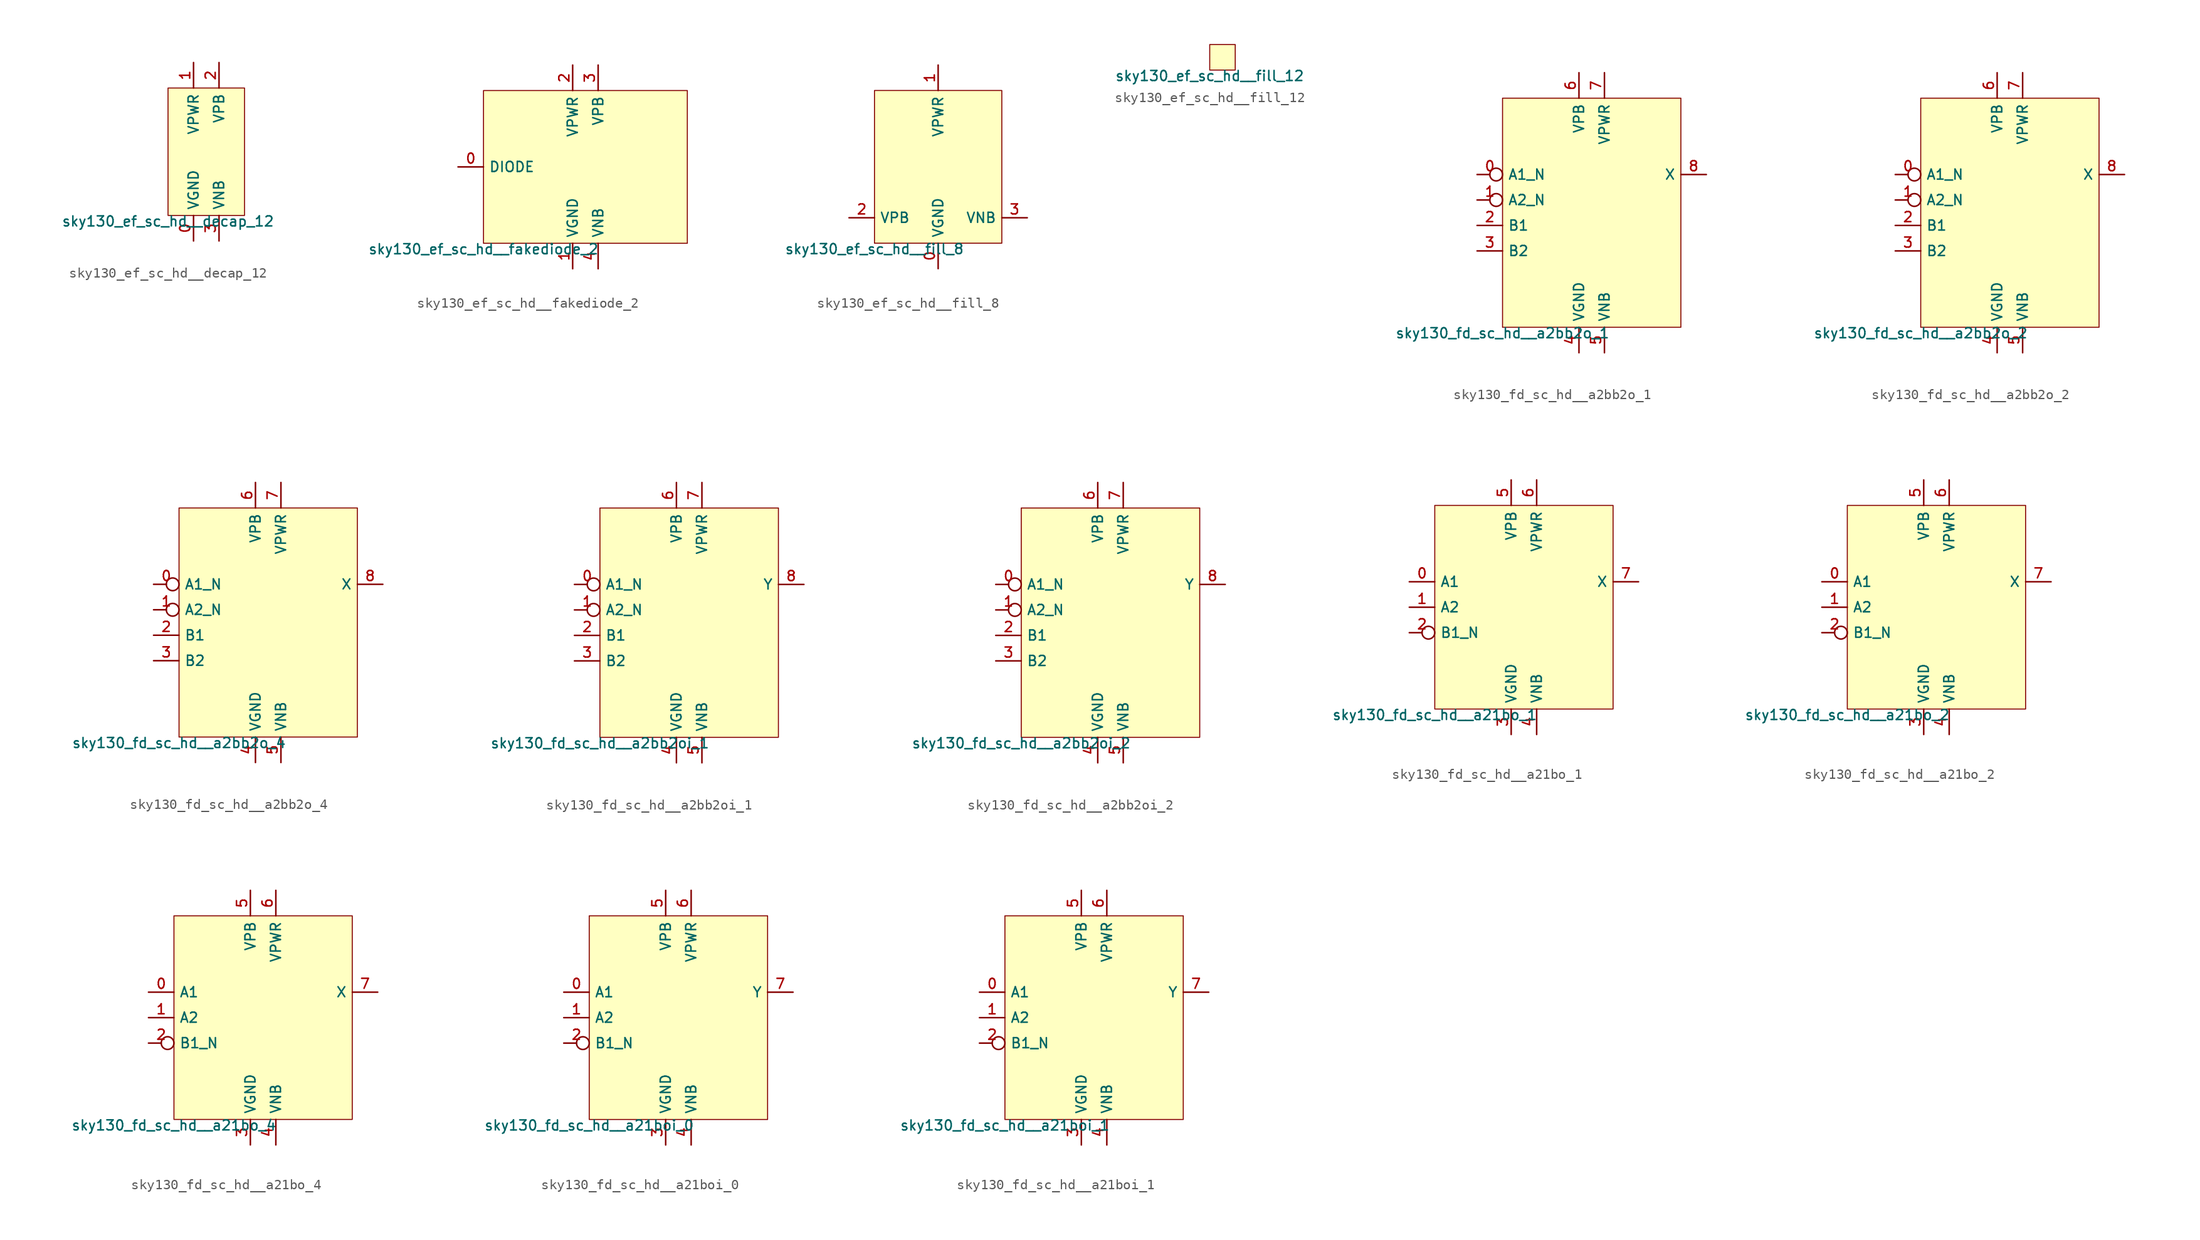
<source format=kicad_sym>
(kicad_symbol_lib
  (version 20211014)
  (generator lef2kicad_sym)
  (symbol "sky130_ef_sc_hd__decap_12"
    (property "Reference" "X"
      (at 0 0 0)
      (effects (font (size 1 1)) hide))
    (property "Value" "sky130_ef_sc_hd__decap_12"
      (at -3.81 -6.35 0)
      (effects (font (size 1 1)) (justify top)))
    (rectangle
      (start -3.81 -6.35)
      (end 3.81 6.35)
      (stroke (width 0.1) (type solid) (color 0 0 0 0))
      (fill (type background)))
    (pin power_in line
      (at -1.27 -8.89 90)
      (length 2.54)
      (name "VGND" (effects (font (size 1 1)) hide))
      (number "0" (effects (font (size 1 1)) hide)))
    (pin power_in line
      (at -1.27 8.89 270)
      (length 2.54)
      (name "VPWR" (effects (font (size 1 1)) hide))
      (number "1" (effects (font (size 1 1)) hide)))
    (pin power_in line
      (at 1.27 8.89 270)
      (length 2.54)
      (name "VPB" (effects (font (size 1 1)) hide))
      (number "2" (effects (font (size 1 1)) hide)))
    (pin power_in line
      (at 1.27 -8.89 90)
      (length 2.54)
      (name "VNB" (effects (font (size 1 1)) hide))
      (number "3" (effects (font (size 1 1)) hide))))
  (symbol "sky130_ef_sc_hd__fakediode_2"
    (property "Reference" "X"
      (at 0 0 0)
      (effects (font (size 1 1)) hide))
    (property "Value" "sky130_ef_sc_hd__fakediode_2"
      (at -10.16 -7.62 0)
      (effects (font (size 1 1)) (justify top)))
    (rectangle
      (start -10.16 -7.62)
      (end 10.16 7.62)
      (stroke (width 0.1) (type solid) (color 0 0 0 0))
      (fill (type background)))
    (pin input line
      (at -12.7 0.0 0)
      (length 2.54)
      (name "DIODE" (effects (font (size 1 1)) hide))
      (number "0" (effects (font (size 1 1)) hide)))
    (pin power_in line
      (at -1.27 -10.16 90)
      (length 2.54)
      (name "VGND" (effects (font (size 1 1)) hide))
      (number "1" (effects (font (size 1 1)) hide)))
    (pin power_in line
      (at -1.27 10.16 270)
      (length 2.54)
      (name "VPWR" (effects (font (size 1 1)) hide))
      (number "2" (effects (font (size 1 1)) hide)))
    (pin power_in line
      (at 1.27 10.16 270)
      (length 2.54)
      (name "VPB" (effects (font (size 1 1)) hide))
      (number "3" (effects (font (size 1 1)) hide)))
    (pin power_in line
      (at 1.27 -10.16 90)
      (length 2.54)
      (name "VNB" (effects (font (size 1 1)) hide))
      (number "4" (effects (font (size 1 1)) hide))))
  (symbol "sky130_ef_sc_hd__fill_8"
    (property "Reference" "X"
      (at 0 0 0)
      (effects (font (size 1 1)) hide))
    (property "Value" "sky130_ef_sc_hd__fill_8"
      (at -6.35 -7.62 0)
      (effects (font (size 1 1)) (justify top)))
    (rectangle
      (start -6.35 -7.62)
      (end 6.35 7.62)
      (stroke (width 0.1) (type solid) (color 0 0 0 0))
      (fill (type background)))
    (pin power_in line
      (at 4.440892098500626e-16 -10.16 90)
      (length 2.54)
      (name "VGND" (effects (font (size 1 1)) hide))
      (number "0" (effects (font (size 1 1)) hide)))
    (pin power_in line
      (at 4.440892098500626e-16 10.16 270)
      (length 2.54)
      (name "VPWR" (effects (font (size 1 1)) hide))
      (number "1" (effects (font (size 1 1)) hide)))
    (pin bidirectional line
      (at -8.89 -5.08 0)
      (length 2.54)
      (name "VPB" (effects (font (size 1 1)) hide))
      (number "2" (effects (font (size 1 1)) hide)))
    (pin bidirectional line
      (at 8.89 -5.08 180)
      (length 2.54)
      (name "VNB" (effects (font (size 1 1)) hide))
      (number "3" (effects (font (size 1 1)) hide))))
  (symbol "sky130_ef_sc_hd__fill_12"
    (property "Reference" "X"
      (at 0 0 0)
      (effects (font (size 1 1)) hide))
    (property "Value" "sky130_ef_sc_hd__fill_12"
      (at -1.27 -1.27 0)
      (effects (font (size 1 1)) (justify top)))
    (rectangle
      (start -1.27 -1.27)
      (end 1.27 1.27)
      (stroke (width 0.1) (type solid) (color 0 0 0 0))
      (fill (type background))))
  (symbol "sky130_fd_sc_hd__a2bb2o_1"
    (property "Reference" "X"
      (at 0 0 0)
      (effects (font (size 1 1)) hide))
    (property "Value" "sky130_fd_sc_hd__a2bb2o_1"
      (at -8.89 -11.43 0)
      (effects (font (size 1 1)) (justify top)))
    (rectangle
      (start -8.89 -11.43)
      (end 8.89 11.43)
      (stroke (width 0.1) (type solid) (color 0 0 0 0))
      (fill (type background)))
    (pin input inverted
      (at -11.43 3.81 0)
      (length 2.54)
      (name "A1_N" (effects (font (size 1 1)) hide))
      (number "0" (effects (font (size 1 1)) hide)))
    (pin input inverted
      (at -11.43 1.27 0)
      (length 2.54)
      (name "A2_N" (effects (font (size 1 1)) hide))
      (number "1" (effects (font (size 1 1)) hide)))
    (pin input line
      (at -11.43 -1.27 0)
      (length 2.54)
      (name "B1" (effects (font (size 1 1)) hide))
      (number "2" (effects (font (size 1 1)) hide)))
    (pin input line
      (at -11.43 -3.81 0)
      (length 2.54)
      (name "B2" (effects (font (size 1 1)) hide))
      (number "3" (effects (font (size 1 1)) hide)))
    (pin power_in line
      (at -1.27 -13.97 90)
      (length 2.54)
      (name "VGND" (effects (font (size 1 1)) hide))
      (number "4" (effects (font (size 1 1)) hide)))
    (pin power_in line
      (at 1.27 -13.97 90)
      (length 2.54)
      (name "VNB" (effects (font (size 1 1)) hide))
      (number "5" (effects (font (size 1 1)) hide)))
    (pin power_in line
      (at -1.27 13.97 270)
      (length 2.54)
      (name "VPB" (effects (font (size 1 1)) hide))
      (number "6" (effects (font (size 1 1)) hide)))
    (pin power_in line
      (at 1.27 13.97 270)
      (length 2.54)
      (name "VPWR" (effects (font (size 1 1)) hide))
      (number "7" (effects (font (size 1 1)) hide)))
    (pin output line
      (at 11.43 3.81 180)
      (length 2.54)
      (name "X" (effects (font (size 1 1)) hide))
      (number "8" (effects (font (size 1 1)) hide))))
  (symbol "sky130_fd_sc_hd__a2bb2o_2"
    (property "Reference" "X"
      (at 0 0 0)
      (effects (font (size 1 1)) hide))
    (property "Value" "sky130_fd_sc_hd__a2bb2o_2"
      (at -8.89 -11.43 0)
      (effects (font (size 1 1)) (justify top)))
    (rectangle
      (start -8.89 -11.43)
      (end 8.89 11.43)
      (stroke (width 0.1) (type solid) (color 0 0 0 0))
      (fill (type background)))
    (pin input inverted
      (at -11.43 3.81 0)
      (length 2.54)
      (name "A1_N" (effects (font (size 1 1)) hide))
      (number "0" (effects (font (size 1 1)) hide)))
    (pin input inverted
      (at -11.43 1.27 0)
      (length 2.54)
      (name "A2_N" (effects (font (size 1 1)) hide))
      (number "1" (effects (font (size 1 1)) hide)))
    (pin input line
      (at -11.43 -1.27 0)
      (length 2.54)
      (name "B1" (effects (font (size 1 1)) hide))
      (number "2" (effects (font (size 1 1)) hide)))
    (pin input line
      (at -11.43 -3.81 0)
      (length 2.54)
      (name "B2" (effects (font (size 1 1)) hide))
      (number "3" (effects (font (size 1 1)) hide)))
    (pin power_in line
      (at -1.27 -13.97 90)
      (length 2.54)
      (name "VGND" (effects (font (size 1 1)) hide))
      (number "4" (effects (font (size 1 1)) hide)))
    (pin power_in line
      (at 1.27 -13.97 90)
      (length 2.54)
      (name "VNB" (effects (font (size 1 1)) hide))
      (number "5" (effects (font (size 1 1)) hide)))
    (pin power_in line
      (at -1.27 13.97 270)
      (length 2.54)
      (name "VPB" (effects (font (size 1 1)) hide))
      (number "6" (effects (font (size 1 1)) hide)))
    (pin power_in line
      (at 1.27 13.97 270)
      (length 2.54)
      (name "VPWR" (effects (font (size 1 1)) hide))
      (number "7" (effects (font (size 1 1)) hide)))
    (pin output line
      (at 11.43 3.81 180)
      (length 2.54)
      (name "X" (effects (font (size 1 1)) hide))
      (number "8" (effects (font (size 1 1)) hide))))
  (symbol "sky130_fd_sc_hd__a2bb2o_4"
    (property "Reference" "X"
      (at 0 0 0)
      (effects (font (size 1 1)) hide))
    (property "Value" "sky130_fd_sc_hd__a2bb2o_4"
      (at -8.89 -11.43 0)
      (effects (font (size 1 1)) (justify top)))
    (rectangle
      (start -8.89 -11.43)
      (end 8.89 11.43)
      (stroke (width 0.1) (type solid) (color 0 0 0 0))
      (fill (type background)))
    (pin input inverted
      (at -11.43 3.81 0)
      (length 2.54)
      (name "A1_N" (effects (font (size 1 1)) hide))
      (number "0" (effects (font (size 1 1)) hide)))
    (pin input inverted
      (at -11.43 1.27 0)
      (length 2.54)
      (name "A2_N" (effects (font (size 1 1)) hide))
      (number "1" (effects (font (size 1 1)) hide)))
    (pin input line
      (at -11.43 -1.27 0)
      (length 2.54)
      (name "B1" (effects (font (size 1 1)) hide))
      (number "2" (effects (font (size 1 1)) hide)))
    (pin input line
      (at -11.43 -3.81 0)
      (length 2.54)
      (name "B2" (effects (font (size 1 1)) hide))
      (number "3" (effects (font (size 1 1)) hide)))
    (pin power_in line
      (at -1.27 -13.97 90)
      (length 2.54)
      (name "VGND" (effects (font (size 1 1)) hide))
      (number "4" (effects (font (size 1 1)) hide)))
    (pin power_in line
      (at 1.27 -13.97 90)
      (length 2.54)
      (name "VNB" (effects (font (size 1 1)) hide))
      (number "5" (effects (font (size 1 1)) hide)))
    (pin power_in line
      (at -1.27 13.97 270)
      (length 2.54)
      (name "VPB" (effects (font (size 1 1)) hide))
      (number "6" (effects (font (size 1 1)) hide)))
    (pin power_in line
      (at 1.27 13.97 270)
      (length 2.54)
      (name "VPWR" (effects (font (size 1 1)) hide))
      (number "7" (effects (font (size 1 1)) hide)))
    (pin output line
      (at 11.43 3.81 180)
      (length 2.54)
      (name "X" (effects (font (size 1 1)) hide))
      (number "8" (effects (font (size 1 1)) hide))))
  (symbol "sky130_fd_sc_hd__a2bb2oi_1"
    (property "Reference" "X"
      (at 0 0 0)
      (effects (font (size 1 1)) hide))
    (property "Value" "sky130_fd_sc_hd__a2bb2oi_1"
      (at -8.89 -11.43 0)
      (effects (font (size 1 1)) (justify top)))
    (rectangle
      (start -8.89 -11.43)
      (end 8.89 11.43)
      (stroke (width 0.1) (type solid) (color 0 0 0 0))
      (fill (type background)))
    (pin input inverted
      (at -11.43 3.81 0)
      (length 2.54)
      (name "A1_N" (effects (font (size 1 1)) hide))
      (number "0" (effects (font (size 1 1)) hide)))
    (pin input inverted
      (at -11.43 1.27 0)
      (length 2.54)
      (name "A2_N" (effects (font (size 1 1)) hide))
      (number "1" (effects (font (size 1 1)) hide)))
    (pin input line
      (at -11.43 -1.27 0)
      (length 2.54)
      (name "B1" (effects (font (size 1 1)) hide))
      (number "2" (effects (font (size 1 1)) hide)))
    (pin input line
      (at -11.43 -3.81 0)
      (length 2.54)
      (name "B2" (effects (font (size 1 1)) hide))
      (number "3" (effects (font (size 1 1)) hide)))
    (pin power_in line
      (at -1.27 -13.97 90)
      (length 2.54)
      (name "VGND" (effects (font (size 1 1)) hide))
      (number "4" (effects (font (size 1 1)) hide)))
    (pin power_in line
      (at 1.27 -13.97 90)
      (length 2.54)
      (name "VNB" (effects (font (size 1 1)) hide))
      (number "5" (effects (font (size 1 1)) hide)))
    (pin power_in line
      (at -1.27 13.97 270)
      (length 2.54)
      (name "VPB" (effects (font (size 1 1)) hide))
      (number "6" (effects (font (size 1 1)) hide)))
    (pin power_in line
      (at 1.27 13.97 270)
      (length 2.54)
      (name "VPWR" (effects (font (size 1 1)) hide))
      (number "7" (effects (font (size 1 1)) hide)))
    (pin output line
      (at 11.43 3.81 180)
      (length 2.54)
      (name "Y" (effects (font (size 1 1)) hide))
      (number "8" (effects (font (size 1 1)) hide))))
  (symbol "sky130_fd_sc_hd__a2bb2oi_2"
    (property "Reference" "X"
      (at 0 0 0)
      (effects (font (size 1 1)) hide))
    (property "Value" "sky130_fd_sc_hd__a2bb2oi_2"
      (at -8.89 -11.43 0)
      (effects (font (size 1 1)) (justify top)))
    (rectangle
      (start -8.89 -11.43)
      (end 8.89 11.43)
      (stroke (width 0.1) (type solid) (color 0 0 0 0))
      (fill (type background)))
    (pin input inverted
      (at -11.43 3.81 0)
      (length 2.54)
      (name "A1_N" (effects (font (size 1 1)) hide))
      (number "0" (effects (font (size 1 1)) hide)))
    (pin input inverted
      (at -11.43 1.27 0)
      (length 2.54)
      (name "A2_N" (effects (font (size 1 1)) hide))
      (number "1" (effects (font (size 1 1)) hide)))
    (pin input line
      (at -11.43 -1.27 0)
      (length 2.54)
      (name "B1" (effects (font (size 1 1)) hide))
      (number "2" (effects (font (size 1 1)) hide)))
    (pin input line
      (at -11.43 -3.81 0)
      (length 2.54)
      (name "B2" (effects (font (size 1 1)) hide))
      (number "3" (effects (font (size 1 1)) hide)))
    (pin power_in line
      (at -1.27 -13.97 90)
      (length 2.54)
      (name "VGND" (effects (font (size 1 1)) hide))
      (number "4" (effects (font (size 1 1)) hide)))
    (pin power_in line
      (at 1.27 -13.97 90)
      (length 2.54)
      (name "VNB" (effects (font (size 1 1)) hide))
      (number "5" (effects (font (size 1 1)) hide)))
    (pin power_in line
      (at -1.27 13.97 270)
      (length 2.54)
      (name "VPB" (effects (font (size 1 1)) hide))
      (number "6" (effects (font (size 1 1)) hide)))
    (pin power_in line
      (at 1.27 13.97 270)
      (length 2.54)
      (name "VPWR" (effects (font (size 1 1)) hide))
      (number "7" (effects (font (size 1 1)) hide)))
    (pin output line
      (at 11.43 3.81 180)
      (length 2.54)
      (name "Y" (effects (font (size 1 1)) hide))
      (number "8" (effects (font (size 1 1)) hide))))
  (symbol "sky130_fd_sc_hd__a21bo_1"
    (property "Reference" "X"
      (at 0 0 0)
      (effects (font (size 1 1)) hide))
    (property "Value" "sky130_fd_sc_hd__a21bo_1"
      (at -8.89 -10.16 0)
      (effects (font (size 1 1)) (justify top)))
    (rectangle
      (start -8.89 -10.16)
      (end 8.89 10.16)
      (stroke (width 0.1) (type solid) (color 0 0 0 0))
      (fill (type background)))
    (pin input line
      (at -11.43 2.54 0)
      (length 2.54)
      (name "A1" (effects (font (size 1 1)) hide))
      (number "0" (effects (font (size 1 1)) hide)))
    (pin input line
      (at -11.43 0.0 0)
      (length 2.54)
      (name "A2" (effects (font (size 1 1)) hide))
      (number "1" (effects (font (size 1 1)) hide)))
    (pin input inverted
      (at -11.43 -2.54 0)
      (length 2.54)
      (name "B1_N" (effects (font (size 1 1)) hide))
      (number "2" (effects (font (size 1 1)) hide)))
    (pin power_in line
      (at -1.27 -12.7 90)
      (length 2.54)
      (name "VGND" (effects (font (size 1 1)) hide))
      (number "3" (effects (font (size 1 1)) hide)))
    (pin power_in line
      (at 1.27 -12.7 90)
      (length 2.54)
      (name "VNB" (effects (font (size 1 1)) hide))
      (number "4" (effects (font (size 1 1)) hide)))
    (pin power_in line
      (at -1.27 12.7 270)
      (length 2.54)
      (name "VPB" (effects (font (size 1 1)) hide))
      (number "5" (effects (font (size 1 1)) hide)))
    (pin power_in line
      (at 1.27 12.7 270)
      (length 2.54)
      (name "VPWR" (effects (font (size 1 1)) hide))
      (number "6" (effects (font (size 1 1)) hide)))
    (pin output line
      (at 11.43 2.54 180)
      (length 2.54)
      (name "X" (effects (font (size 1 1)) hide))
      (number "7" (effects (font (size 1 1)) hide))))
  (symbol "sky130_fd_sc_hd__a21bo_2"
    (property "Reference" "X"
      (at 0 0 0)
      (effects (font (size 1 1)) hide))
    (property "Value" "sky130_fd_sc_hd__a21bo_2"
      (at -8.89 -10.16 0)
      (effects (font (size 1 1)) (justify top)))
    (rectangle
      (start -8.89 -10.16)
      (end 8.89 10.16)
      (stroke (width 0.1) (type solid) (color 0 0 0 0))
      (fill (type background)))
    (pin input line
      (at -11.43 2.54 0)
      (length 2.54)
      (name "A1" (effects (font (size 1 1)) hide))
      (number "0" (effects (font (size 1 1)) hide)))
    (pin input line
      (at -11.43 0.0 0)
      (length 2.54)
      (name "A2" (effects (font (size 1 1)) hide))
      (number "1" (effects (font (size 1 1)) hide)))
    (pin input inverted
      (at -11.43 -2.54 0)
      (length 2.54)
      (name "B1_N" (effects (font (size 1 1)) hide))
      (number "2" (effects (font (size 1 1)) hide)))
    (pin power_in line
      (at -1.27 -12.7 90)
      (length 2.54)
      (name "VGND" (effects (font (size 1 1)) hide))
      (number "3" (effects (font (size 1 1)) hide)))
    (pin power_in line
      (at 1.27 -12.7 90)
      (length 2.54)
      (name "VNB" (effects (font (size 1 1)) hide))
      (number "4" (effects (font (size 1 1)) hide)))
    (pin power_in line
      (at -1.27 12.7 270)
      (length 2.54)
      (name "VPB" (effects (font (size 1 1)) hide))
      (number "5" (effects (font (size 1 1)) hide)))
    (pin power_in line
      (at 1.27 12.7 270)
      (length 2.54)
      (name "VPWR" (effects (font (size 1 1)) hide))
      (number "6" (effects (font (size 1 1)) hide)))
    (pin output line
      (at 11.43 2.54 180)
      (length 2.54)
      (name "X" (effects (font (size 1 1)) hide))
      (number "7" (effects (font (size 1 1)) hide))))
  (symbol "sky130_fd_sc_hd__a21bo_4"
    (property "Reference" "X"
      (at 0 0 0)
      (effects (font (size 1 1)) hide))
    (property "Value" "sky130_fd_sc_hd__a21bo_4"
      (at -8.89 -10.16 0)
      (effects (font (size 1 1)) (justify top)))
    (rectangle
      (start -8.89 -10.16)
      (end 8.89 10.16)
      (stroke (width 0.1) (type solid) (color 0 0 0 0))
      (fill (type background)))
    (pin input line
      (at -11.43 2.54 0)
      (length 2.54)
      (name "A1" (effects (font (size 1 1)) hide))
      (number "0" (effects (font (size 1 1)) hide)))
    (pin input line
      (at -11.43 0.0 0)
      (length 2.54)
      (name "A2" (effects (font (size 1 1)) hide))
      (number "1" (effects (font (size 1 1)) hide)))
    (pin input inverted
      (at -11.43 -2.54 0)
      (length 2.54)
      (name "B1_N" (effects (font (size 1 1)) hide))
      (number "2" (effects (font (size 1 1)) hide)))
    (pin power_in line
      (at -1.27 -12.7 90)
      (length 2.54)
      (name "VGND" (effects (font (size 1 1)) hide))
      (number "3" (effects (font (size 1 1)) hide)))
    (pin power_in line
      (at 1.27 -12.7 90)
      (length 2.54)
      (name "VNB" (effects (font (size 1 1)) hide))
      (number "4" (effects (font (size 1 1)) hide)))
    (pin power_in line
      (at -1.27 12.7 270)
      (length 2.54)
      (name "VPB" (effects (font (size 1 1)) hide))
      (number "5" (effects (font (size 1 1)) hide)))
    (pin power_in line
      (at 1.27 12.7 270)
      (length 2.54)
      (name "VPWR" (effects (font (size 1 1)) hide))
      (number "6" (effects (font (size 1 1)) hide)))
    (pin output line
      (at 11.43 2.54 180)
      (length 2.54)
      (name "X" (effects (font (size 1 1)) hide))
      (number "7" (effects (font (size 1 1)) hide))))
  (symbol "sky130_fd_sc_hd__a21boi_0"
    (property "Reference" "X"
      (at 0 0 0)
      (effects (font (size 1 1)) hide))
    (property "Value" "sky130_fd_sc_hd__a21boi_0"
      (at -8.89 -10.16 0)
      (effects (font (size 1 1)) (justify top)))
    (rectangle
      (start -8.89 -10.16)
      (end 8.89 10.16)
      (stroke (width 0.1) (type solid) (color 0 0 0 0))
      (fill (type background)))
    (pin input line
      (at -11.43 2.54 0)
      (length 2.54)
      (name "A1" (effects (font (size 1 1)) hide))
      (number "0" (effects (font (size 1 1)) hide)))
    (pin input line
      (at -11.43 0.0 0)
      (length 2.54)
      (name "A2" (effects (font (size 1 1)) hide))
      (number "1" (effects (font (size 1 1)) hide)))
    (pin input inverted
      (at -11.43 -2.54 0)
      (length 2.54)
      (name "B1_N" (effects (font (size 1 1)) hide))
      (number "2" (effects (font (size 1 1)) hide)))
    (pin power_in line
      (at -1.27 -12.7 90)
      (length 2.54)
      (name "VGND" (effects (font (size 1 1)) hide))
      (number "3" (effects (font (size 1 1)) hide)))
    (pin power_in line
      (at 1.27 -12.7 90)
      (length 2.54)
      (name "VNB" (effects (font (size 1 1)) hide))
      (number "4" (effects (font (size 1 1)) hide)))
    (pin power_in line
      (at -1.27 12.7 270)
      (length 2.54)
      (name "VPB" (effects (font (size 1 1)) hide))
      (number "5" (effects (font (size 1 1)) hide)))
    (pin power_in line
      (at 1.27 12.7 270)
      (length 2.54)
      (name "VPWR" (effects (font (size 1 1)) hide))
      (number "6" (effects (font (size 1 1)) hide)))
    (pin output line
      (at 11.43 2.54 180)
      (length 2.54)
      (name "Y" (effects (font (size 1 1)) hide))
      (number "7" (effects (font (size 1 1)) hide))))
  (symbol "sky130_fd_sc_hd__a21boi_1"
    (property "Reference" "X"
      (at 0 0 0)
      (effects (font (size 1 1)) hide))
    (property "Value" "sky130_fd_sc_hd__a21boi_1"
      (at -8.89 -10.16 0)
      (effects (font (size 1 1)) (justify top)))
    (rectangle
      (start -8.89 -10.16)
      (end 8.89 10.16)
      (stroke (width 0.1) (type solid) (color 0 0 0 0))
      (fill (type background)))
    (pin input line
      (at -11.43 2.54 0)
      (length 2.54)
      (name "A1" (effects (font (size 1 1)) hide))
      (number "0" (effects (font (size 1 1)) hide)))
    (pin input line
      (at -11.43 0.0 0)
      (length 2.54)
      (name "A2" (effects (font (size 1 1)) hide))
      (number "1" (effects (font (size 1 1)) hide)))
    (pin input inverted
      (at -11.43 -2.54 0)
      (length 2.54)
      (name "B1_N" (effects (font (size 1 1)) hide))
      (number "2" (effects (font (size 1 1)) hide)))
    (pin power_in line
      (at -1.27 -12.7 90)
      (length 2.54)
      (name "VGND" (effects (font (size 1 1)) hide))
      (number "3" (effects (font (size 1 1)) hide)))
    (pin power_in line
      (at 1.27 -12.7 90)
      (length 2.54)
      (name "VNB" (effects (font (size 1 1)) hide))
      (number "4" (effects (font (size 1 1)) hide)))
    (pin power_in line
      (at -1.27 12.7 270)
      (length 2.54)
      (name "VPB" (effects (font (size 1 1)) hide))
      (number "5" (effects (font (size 1 1)) hide)))
    (pin power_in line
      (at 1.27 12.7 270)
      (length 2.54)
      (name "VPWR" (effects (font (size 1 1)) hide))
      (number "6" (effects (font (size 1 1)) hide)))
    (pin output line
      (at 11.43 2.54 180)
      (length 2.54)
      (name "Y" (effects (font (size 1 1)) hide))
      (number "7" (effects (font (size 1 1)) hide)))))
</source>
